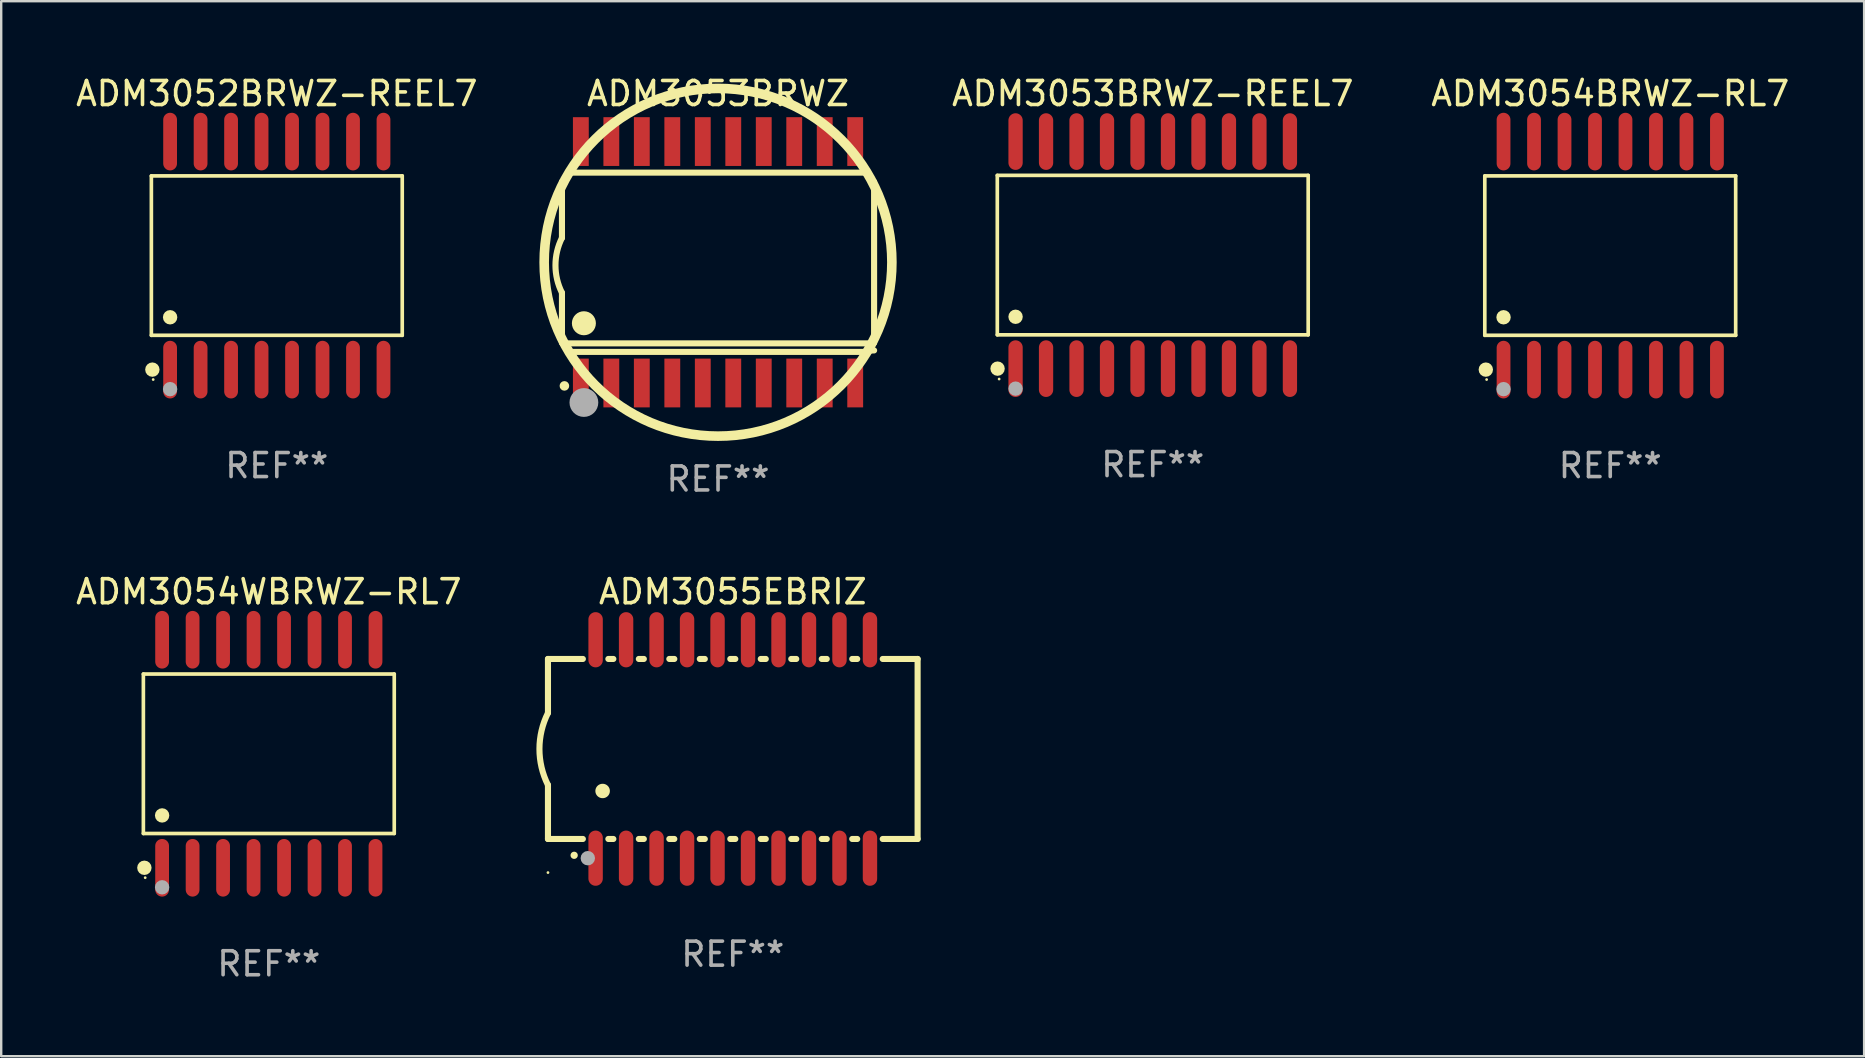
<source format=kicad_pcb>
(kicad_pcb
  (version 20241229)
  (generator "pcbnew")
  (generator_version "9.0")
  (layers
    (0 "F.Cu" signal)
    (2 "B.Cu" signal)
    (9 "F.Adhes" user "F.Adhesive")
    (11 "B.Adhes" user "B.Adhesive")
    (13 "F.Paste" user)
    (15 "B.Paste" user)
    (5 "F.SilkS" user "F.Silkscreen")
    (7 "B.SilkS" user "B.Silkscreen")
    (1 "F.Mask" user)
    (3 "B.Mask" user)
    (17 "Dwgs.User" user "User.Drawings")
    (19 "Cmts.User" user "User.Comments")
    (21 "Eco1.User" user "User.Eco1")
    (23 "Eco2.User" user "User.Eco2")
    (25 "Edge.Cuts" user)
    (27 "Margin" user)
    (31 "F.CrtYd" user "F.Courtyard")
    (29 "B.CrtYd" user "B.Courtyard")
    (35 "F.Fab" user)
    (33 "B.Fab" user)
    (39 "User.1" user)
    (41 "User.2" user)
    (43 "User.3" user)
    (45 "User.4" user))
  (footprint "ADM3053BRWZ"
    (layer "F.Cu")
    (at 26.864 7.877)
    (property "Reference" "ADM3053BRWZ" (at 0 -7.029 0) (layer "F.SilkS") (effects (font (size 1 1) (thickness 0.15))))
    (attr through_hole)
    (fp_line (start -6.502 -3.353) (end -6.502 -1.016) (stroke (width 0.254) (type solid)) (layer "F.SilkS"))
    (fp_line (start -6.502 3.353) (end -6.502 1.27) (stroke (width 0.254) (type solid)) (layer "F.SilkS"))
    (fp_line (start -6.477 3.378) (end 6.477 3.378) (stroke (width 0.254) (type solid)) (layer "F.SilkS"))
    (fp_line (start -6.121 3.734) (end 6.121 3.734) (stroke (width 0.254) (type solid)) (layer "F.SilkS"))
    (fp_line (start 6.121 -3.734) (end -6.121 -3.734) (stroke (width 0.254) (type solid)) (layer "F.SilkS"))
    (fp_line (start 6.502 3.353) (end 6.502 -3.353) (stroke (width 0.254) (type solid)) (layer "F.SilkS"))
    (fp_arc (start -6.502413 1.270003) (mid -6.77224 0.127) (end -6.502413 -1.016002) (stroke (width 0.254001) (type solid)) (layer "F.SilkS"))
    (fp_arc (start -6.502411 3.35281) (mid 6.502389 -3.352788) (end -6.502411 3.35281) (stroke (width 0.254001) (type solid)) (layer "F.SilkS"))
    (fp_arc (start 6.121389 -3.73379) (mid -6.121367 3.733768) (end 6.121389 -3.73379) (stroke (width 0.254001) (type solid)) (layer "F.SilkS"))
    (fp_arc (start 6.121389 3.73381) (mid 6.309409 3.687656) (end 6.502389 3.672138) (stroke (width 0.254001) (type solid)) (layer "F.SilkS"))
    (fp_circle (center -6.4 5.15) (end -6.3 5.15) (stroke (width 0.2) (type solid)) (fill no) (layer "F.SilkS"))
    (fp_circle (center -5.588 2.54) (end -5.338 2.54) (stroke (width 0.5) (type solid)) (fill no) (layer "F.SilkS"))
    (fp_circle (center -5.588 5.842) (end -5.288 5.842) (stroke (width 0.6) (type solid)) (fill no) (layer "F.Fab"))
    (fp_text user "REF**" (at 0 9.029 0) (layer "F.Fab") (effects (font (size 1 1) (thickness 0.15))))
    (pad "1" smd rect (at -5.715 5.029) (size 0.66 2.032) (layers "F.Cu" "F.Mask" "F.Paste"))
    (pad "2" smd rect (at -4.445 5.029) (size 0.66 2.032) (layers "F.Cu" "F.Mask" "F.Paste"))
    (pad "3" smd rect (at -3.175 5.029) (size 0.66 2.032) (layers "F.Cu" "F.Mask" "F.Paste"))
    (pad "4" smd rect (at -1.905 5.029) (size 0.66 2.032) (layers "F.Cu" "F.Mask" "F.Paste"))
    (pad "5" smd rect (at -0.635 5.029) (size 0.66 2.032) (layers "F.Cu" "F.Mask" "F.Paste"))
    (pad "6" smd rect (at 0.635 5.029) (size 0.66 2.032) (layers "F.Cu" "F.Mask" "F.Paste"))
    (pad "7" smd rect (at 1.905 5.029) (size 0.66 2.032) (layers "F.Cu" "F.Mask" "F.Paste"))
    (pad "8" smd rect (at 3.175 5.029) (size 0.66 2.032) (layers "F.Cu" "F.Mask" "F.Paste"))
    (pad "9" smd rect (at 4.445 5.029) (size 0.66 2.032) (layers "F.Cu" "F.Mask" "F.Paste"))
    (pad "10" smd rect (at 5.715 5.029) (size 0.66 2.032) (layers "F.Cu" "F.Mask" "F.Paste"))
    (pad "11" smd rect (at 5.715 -5.029) (size 0.66 2.032) (layers "F.Cu" "F.Mask" "F.Paste"))
    (pad "12" smd rect (at 4.445 -5.029) (size 0.66 2.032) (layers "F.Cu" "F.Mask" "F.Paste"))
    (pad "13" smd rect (at 3.175 -5.029) (size 0.66 2.032) (layers "F.Cu" "F.Mask" "F.Paste"))
    (pad "14" smd rect (at 1.905 -5.029) (size 0.66 2.032) (layers "F.Cu" "F.Mask" "F.Paste"))
    (pad "15" smd rect (at 0.635 -5.029) (size 0.66 2.032) (layers "F.Cu" "F.Mask" "F.Paste"))
    (pad "16" smd rect (at -0.635 -5.029) (size 0.66 2.032) (layers "F.Cu" "F.Mask" "F.Paste"))
    (pad "17" smd rect (at -1.905 -5.029) (size 0.66 2.032) (layers "F.Cu" "F.Mask" "F.Paste"))
    (pad "18" smd rect (at -3.175 -5.029) (size 0.66 2.032) (layers "F.Cu" "F.Mask" "F.Paste"))
    (pad "19" smd rect (at -4.445 -5.029) (size 0.66 2.032) (layers "F.Cu" "F.Mask" "F.Paste"))
    (pad "20" smd rect (at -5.715 -5.029) (size 0.66 2.032) (layers "F.Cu" "F.Mask" "F.Paste")))
  (footprint "ADM3055EBRIZ"
    (layer "F.Cu")
    (at 27.479 28.153)
    (property "Reference" "ADM3055EBRIZ" (at 0 -6.55 0) (layer "F.SilkS") (effects (font (size 1 1) (thickness 0.15))))
    (attr through_hole)
    (fp_line (start -7.7 -3.75) (end -7.7 -1.5) (stroke (width 0.254) (type solid)) (layer "F.SilkS"))
    (fp_line (start -7.7 -3.75) (end -6.246 -3.75) (stroke (width 0.254) (type solid)) (layer "F.SilkS"))
    (fp_line (start -7.7 3.75) (end -7.7 1.5) (stroke (width 0.254) (type solid)) (layer "F.SilkS"))
    (fp_line (start -7.7 3.75) (end -6.246 3.75) (stroke (width 0.254) (type solid)) (layer "F.SilkS"))
    (fp_line (start -5.184 -3.75) (end -4.976 -3.75) (stroke (width 0.254) (type solid)) (layer "F.SilkS"))
    (fp_line (start -5.184 3.75) (end -4.976 3.75) (stroke (width 0.254) (type solid)) (layer "F.SilkS"))
    (fp_line (start -3.914 -3.75) (end -3.706 -3.75) (stroke (width 0.254) (type solid)) (layer "F.SilkS"))
    (fp_line (start -3.914 3.75) (end -3.706 3.75) (stroke (width 0.254) (type solid)) (layer "F.SilkS"))
    (fp_line (start -2.644 -3.75) (end -2.436 -3.75) (stroke (width 0.254) (type solid)) (layer "F.SilkS"))
    (fp_line (start -2.644 3.75) (end -2.436 3.75) (stroke (width 0.254) (type solid)) (layer "F.SilkS"))
    (fp_line (start -1.374 -3.75) (end -1.166 -3.75) (stroke (width 0.254) (type solid)) (layer "F.SilkS"))
    (fp_line (start -1.374 3.75) (end -1.166 3.75) (stroke (width 0.254) (type solid)) (layer "F.SilkS"))
    (fp_line (start -0.104 -3.75) (end 0.104 -3.75) (stroke (width 0.254) (type solid)) (layer "F.SilkS"))
    (fp_line (start -0.104 3.75) (end 0.104 3.75) (stroke (width 0.254) (type solid)) (layer "F.SilkS"))
    (fp_line (start 1.166 -3.75) (end 1.374 -3.75) (stroke (width 0.254) (type solid)) (layer "F.SilkS"))
    (fp_line (start 1.166 3.75) (end 1.374 3.75) (stroke (width 0.254) (type solid)) (layer "F.SilkS"))
    (fp_line (start 2.436 -3.75) (end 2.644 -3.75) (stroke (width 0.254) (type solid)) (layer "F.SilkS"))
    (fp_line (start 2.436 3.75) (end 2.644 3.75) (stroke (width 0.254) (type solid)) (layer "F.SilkS"))
    (fp_line (start 3.706 -3.75) (end 3.914 -3.75) (stroke (width 0.254) (type solid)) (layer "F.SilkS"))
    (fp_line (start 3.706 3.75) (end 3.914 3.75) (stroke (width 0.254) (type solid)) (layer "F.SilkS"))
    (fp_line (start 4.976 -3.75) (end 5.184 -3.75) (stroke (width 0.254) (type solid)) (layer "F.SilkS"))
    (fp_line (start 4.976 3.75) (end 5.184 3.75) (stroke (width 0.254) (type solid)) (layer "F.SilkS"))
    (fp_line (start 6.246 -3.75) (end 7.7 -3.75) (stroke (width 0.254) (type solid)) (layer "F.SilkS"))
    (fp_line (start 6.246 3.75) (end 7.7 3.75) (stroke (width 0.254) (type solid)) (layer "F.SilkS"))
    (fp_line (start 7.7 -3.75) (end 7.7 3.75) (stroke (width 0.254) (type solid)) (layer "F.SilkS"))
    (fp_arc (start -7.700939 1.500889) (mid -8.05482 0.000388) (end -7.700025 -1.499898) (stroke (width 0.254001) (type solid)) (layer "F.SilkS"))
    (fp_arc (start -6.610008 4.430099) (mid -6.608738 4.430094) (end -6.607468 4.430099) (stroke (width 0.3) (type solid)) (layer "F.SilkS"))
    (fp_arc (start -5.425451 1.750165) (mid -5.422911 1.750154) (end -5.420371 1.750165) (stroke (width 0.6) (type solid)) (layer "F.SilkS"))
    (fp_circle (center -7.7 5.15) (end -7.67 5.15) (stroke (width 0.06) (type solid)) (fill no) (layer "F.SilkS"))
    (fp_circle (center -6.04 4.55) (end -5.89 4.55) (stroke (width 0.3) (type solid)) (fill no) (layer "F.Fab"))
    (fp_text user "REF**" (at 0 8.55 0) (layer "F.Fab") (effects (font (size 1 1) (thickness 0.15))))
    (pad "1" smd oval (at -5.715 4.55 180) (size 0.6 2.3) (layers "F.Cu" "F.Mask" "F.Paste"))
    (pad "2" smd oval (at -4.445 4.55 180) (size 0.6 2.3) (layers "F.Cu" "F.Mask" "F.Paste"))
    (pad "3" smd oval (at -3.175 4.55 180) (size 0.6 2.3) (layers "F.Cu" "F.Mask" "F.Paste"))
    (pad "4" smd oval (at -1.905 4.55 180) (size 0.6 2.3) (layers "F.Cu" "F.Mask" "F.Paste"))
    (pad "5" smd oval (at -0.635 4.55 180) (size 0.6 2.3) (layers "F.Cu" "F.Mask" "F.Paste"))
    (pad "6" smd oval (at 0.635 4.55 180) (size 0.6 2.3) (layers "F.Cu" "F.Mask" "F.Paste"))
    (pad "7" smd oval (at 1.905 4.55 180) (size 0.6 2.3) (layers "F.Cu" "F.Mask" "F.Paste"))
    (pad "8" smd oval (at 3.175 4.55 180) (size 0.6 2.3) (layers "F.Cu" "F.Mask" "F.Paste"))
    (pad "9" smd oval (at 4.445 4.55 180) (size 0.6 2.3) (layers "F.Cu" "F.Mask" "F.Paste"))
    (pad "10" smd oval (at 5.715 4.55 180) (size 0.6 2.3) (layers "F.Cu" "F.Mask" "F.Paste"))
    (pad "11" smd oval (at 5.715 -4.55 180) (size 0.6 2.3) (layers "F.Cu" "F.Mask" "F.Paste"))
    (pad "12" smd oval (at 4.445 -4.55 180) (size 0.6 2.3) (layers "F.Cu" "F.Mask" "F.Paste"))
    (pad "13" smd oval (at 3.175 -4.55 180) (size 0.6 2.3) (layers "F.Cu" "F.Mask" "F.Paste"))
    (pad "14" smd oval (at 1.905 -4.55 180) (size 0.6 2.3) (layers "F.Cu" "F.Mask" "F.Paste"))
    (pad "15" smd oval (at 0.635 -4.55 180) (size 0.6 2.3) (layers "F.Cu" "F.Mask" "F.Paste"))
    (pad "16" smd oval (at -0.635 -4.55 180) (size 0.6 2.3) (layers "F.Cu" "F.Mask" "F.Paste"))
    (pad "17" smd oval (at -1.905 -4.55 180) (size 0.6 2.3) (layers "F.Cu" "F.Mask" "F.Paste"))
    (pad "18" smd oval (at -3.175 -4.55 180) (size 0.6 2.3) (layers "F.Cu" "F.Mask" "F.Paste"))
    (pad "19" smd oval (at -4.445 -4.55 180) (size 0.6 2.3) (layers "F.Cu" "F.Mask" "F.Paste"))
    (pad "20" smd oval (at -5.715 -4.55 180) (size 0.6 2.3) (layers "F.Cu" "F.Mask" "F.Paste")))
  (footprint "ADM3054BRWZ-RL7"
    (layer "F.Cu")
    (at 64.035 7.599)
    (property "Reference" "ADM3054BRWZ-RL7" (at 0 -6.75 0) (layer "F.SilkS") (effects (font (size 1 1) (thickness 0.15))))
    (attr through_hole)
    (fp_line (start -5.226 -3.321) (end 5.226 -3.321) (stroke (width 0.152) (type solid)) (layer "F.SilkS"))
    (fp_line (start -5.226 3.321) (end -5.226 -3.321) (stroke (width 0.152) (type solid)) (layer "F.SilkS"))
    (fp_line (start 5.226 -3.321) (end 5.226 3.321) (stroke (width 0.152) (type solid)) (layer "F.SilkS"))
    (fp_line (start 5.226 3.321) (end -5.226 3.321) (stroke (width 0.152) (type solid)) (layer "F.SilkS"))
    (fp_circle (center -5.184 4.75) (end -5.034 4.75) (stroke (width 0.3) (type solid)) (fill no) (layer "F.SilkS"))
    (fp_circle (center -5.15 5.163) (end -5.12 5.163) (stroke (width 0.06) (type solid)) (fill no) (layer "F.SilkS"))
    (fp_circle (center -4.445 2.569) (end -4.295 2.569) (stroke (width 0.3) (type solid)) (fill no) (layer "F.SilkS"))
    (fp_circle (center -4.445 5.563) (end -4.295 5.563) (stroke (width 0.3) (type solid)) (fill no) (layer "F.Fab"))
    (fp_text user "REF**" (at 0 8.75 0) (layer "F.Fab") (effects (font (size 1 1) (thickness 0.15))))
    (pad "1" smd oval (at -4.445 4.75) (size 0.574 2.401) (layers "F.Cu" "F.Mask" "F.Paste"))
    (pad "2" smd oval (at -3.175 4.75) (size 0.574 2.401) (layers "F.Cu" "F.Mask" "F.Paste"))
    (pad "3" smd oval (at -1.905 4.75) (size 0.574 2.401) (layers "F.Cu" "F.Mask" "F.Paste"))
    (pad "4" smd oval (at -0.635 4.75) (size 0.574 2.401) (layers "F.Cu" "F.Mask" "F.Paste"))
    (pad "5" smd oval (at 0.635 4.75) (size 0.574 2.401) (layers "F.Cu" "F.Mask" "F.Paste"))
    (pad "6" smd oval (at 1.905 4.75) (size 0.574 2.401) (layers "F.Cu" "F.Mask" "F.Paste"))
    (pad "7" smd oval (at 3.175 4.75) (size 0.574 2.401) (layers "F.Cu" "F.Mask" "F.Paste"))
    (pad "8" smd oval (at 4.445 4.75) (size 0.574 2.401) (layers "F.Cu" "F.Mask" "F.Paste"))
    (pad "9" smd oval (at 4.445 -4.75) (size 0.574 2.401) (layers "F.Cu" "F.Mask" "F.Paste"))
    (pad "10" smd oval (at 3.175 -4.75) (size 0.574 2.401) (layers "F.Cu" "F.Mask" "F.Paste"))
    (pad "11" smd oval (at 1.905 -4.75) (size 0.574 2.401) (layers "F.Cu" "F.Mask" "F.Paste"))
    (pad "12" smd oval (at 0.635 -4.75) (size 0.574 2.401) (layers "F.Cu" "F.Mask" "F.Paste"))
    (pad "13" smd oval (at -0.635 -4.75) (size 0.574 2.401) (layers "F.Cu" "F.Mask" "F.Paste"))
    (pad "14" smd oval (at -1.905 -4.75) (size 0.574 2.401) (layers "F.Cu" "F.Mask" "F.Paste"))
    (pad "15" smd oval (at -3.175 -4.75) (size 0.574 2.401) (layers "F.Cu" "F.Mask" "F.Paste"))
    (pad "16" smd oval (at -4.445 -4.75) (size 0.574 2.401) (layers "F.Cu" "F.Mask" "F.Paste")))
  (footprint "ADM3053BRWZ-REEL7"
    (layer "F.Cu")
    (at 44.975 7.578)
    (property "Reference" "ADM3053BRWZ-REEL7" (at 0 -6.73 0) (layer "F.SilkS") (effects (font (size 1 1) (thickness 0.15))))
    (attr through_hole)
    (fp_line (start -6.476 -3.321) (end 6.476 -3.321) (stroke (width 0.152) (type solid)) (layer "F.SilkS"))
    (fp_line (start -6.476 3.321) (end -6.476 -3.321) (stroke (width 0.152) (type solid)) (layer "F.SilkS"))
    (fp_line (start 6.476 -3.321) (end 6.476 3.321) (stroke (width 0.152) (type solid)) (layer "F.SilkS"))
    (fp_line (start 6.476 3.321) (end -6.476 3.321) (stroke (width 0.152) (type solid)) (layer "F.SilkS"))
    (fp_circle (center -6.465 4.73) (end -6.315 4.73) (stroke (width 0.3) (type solid)) (fill no) (layer "F.SilkS"))
    (fp_circle (center -6.4 5.163) (end -6.37 5.163) (stroke (width 0.06) (type solid)) (fill no) (layer "F.SilkS"))
    (fp_circle (center -5.715 2.569) (end -5.565 2.569) (stroke (width 0.3) (type solid)) (fill no) (layer "F.SilkS"))
    (fp_circle (center -5.715 5.563) (end -5.565 5.563) (stroke (width 0.3) (type solid)) (fill no) (layer "F.Fab"))
    (fp_text user "REF**" (at 0 8.73 0) (layer "F.Fab") (effects (font (size 1 1) (thickness 0.15))))
    (pad "1" smd oval (at -5.715 4.73) (size 0.595 2.36) (layers "F.Cu" "F.Mask" "F.Paste"))
    (pad "2" smd oval (at -4.445 4.73) (size 0.595 2.36) (layers "F.Cu" "F.Mask" "F.Paste"))
    (pad "3" smd oval (at -3.175 4.73) (size 0.595 2.36) (layers "F.Cu" "F.Mask" "F.Paste"))
    (pad "4" smd oval (at -1.905 4.73) (size 0.595 2.36) (layers "F.Cu" "F.Mask" "F.Paste"))
    (pad "5" smd oval (at -0.635 4.73) (size 0.595 2.36) (layers "F.Cu" "F.Mask" "F.Paste"))
    (pad "6" smd oval (at 0.635 4.73) (size 0.595 2.36) (layers "F.Cu" "F.Mask" "F.Paste"))
    (pad "7" smd oval (at 1.905 4.73) (size 0.595 2.36) (layers "F.Cu" "F.Mask" "F.Paste"))
    (pad "8" smd oval (at 3.175 4.73) (size 0.595 2.36) (layers "F.Cu" "F.Mask" "F.Paste"))
    (pad "9" smd oval (at 4.445 4.73) (size 0.595 2.36) (layers "F.Cu" "F.Mask" "F.Paste"))
    (pad "10" smd oval (at 5.715 4.73) (size 0.595 2.36) (layers "F.Cu" "F.Mask" "F.Paste"))
    (pad "11" smd oval (at 5.715 -4.73) (size 0.595 2.36) (layers "F.Cu" "F.Mask" "F.Paste"))
    (pad "12" smd oval (at 4.445 -4.73) (size 0.595 2.36) (layers "F.Cu" "F.Mask" "F.Paste"))
    (pad "13" smd oval (at 3.175 -4.73) (size 0.595 2.36) (layers "F.Cu" "F.Mask" "F.Paste"))
    (pad "14" smd oval (at 1.905 -4.73) (size 0.595 2.36) (layers "F.Cu" "F.Mask" "F.Paste"))
    (pad "15" smd oval (at 0.635 -4.73) (size 0.595 2.36) (layers "F.Cu" "F.Mask" "F.Paste"))
    (pad "16" smd oval (at -0.635 -4.73) (size 0.595 2.36) (layers "F.Cu" "F.Mask" "F.Paste"))
    (pad "17" smd oval (at -1.905 -4.73) (size 0.595 2.36) (layers "F.Cu" "F.Mask" "F.Paste"))
    (pad "18" smd oval (at -3.175 -4.73) (size 0.595 2.36) (layers "F.Cu" "F.Mask" "F.Paste"))
    (pad "19" smd oval (at -4.445 -4.73) (size 0.595 2.36) (layers "F.Cu" "F.Mask" "F.Paste"))
    (pad "20" smd oval (at -5.715 -4.73) (size 0.595 2.36) (layers "F.Cu" "F.Mask" "F.Paste")))
  (footprint "ADM3054WBRWZ-RL7"
    (layer "F.Cu")
    (at 8.149 28.353)
    (property "Reference" "ADM3054WBRWZ-RL7" (at 0 -6.75 0) (layer "F.SilkS") (effects (font (size 1 1) (thickness 0.15))))
    (attr through_hole)
    (fp_line (start -5.226 -3.321) (end 5.226 -3.321) (stroke (width 0.152) (type solid)) (layer "F.SilkS"))
    (fp_line (start -5.226 3.321) (end -5.226 -3.321) (stroke (width 0.152) (type solid)) (layer "F.SilkS"))
    (fp_line (start 5.226 -3.321) (end 5.226 3.321) (stroke (width 0.152) (type solid)) (layer "F.SilkS"))
    (fp_line (start 5.226 3.321) (end -5.226 3.321) (stroke (width 0.152) (type solid)) (layer "F.SilkS"))
    (fp_circle (center -5.184 4.75) (end -5.034 4.75) (stroke (width 0.3) (type solid)) (fill no) (layer "F.SilkS"))
    (fp_circle (center -5.15 5.163) (end -5.12 5.163) (stroke (width 0.06) (type solid)) (fill no) (layer "F.SilkS"))
    (fp_circle (center -4.445 2.569) (end -4.295 2.569) (stroke (width 0.3) (type solid)) (fill no) (layer "F.SilkS"))
    (fp_circle (center -4.445 5.563) (end -4.295 5.563) (stroke (width 0.3) (type solid)) (fill no) (layer "F.Fab"))
    (fp_text user "REF**" (at 0 8.75 0) (layer "F.Fab") (effects (font (size 1 1) (thickness 0.15))))
    (pad "1" smd oval (at -4.445 4.75) (size 0.574 2.401) (layers "F.Cu" "F.Mask" "F.Paste"))
    (pad "2" smd oval (at -3.175 4.75) (size 0.574 2.401) (layers "F.Cu" "F.Mask" "F.Paste"))
    (pad "3" smd oval (at -1.905 4.75) (size 0.574 2.401) (layers "F.Cu" "F.Mask" "F.Paste"))
    (pad "4" smd oval (at -0.635 4.75) (size 0.574 2.401) (layers "F.Cu" "F.Mask" "F.Paste"))
    (pad "5" smd oval (at 0.635 4.75) (size 0.574 2.401) (layers "F.Cu" "F.Mask" "F.Paste"))
    (pad "6" smd oval (at 1.905 4.75) (size 0.574 2.401) (layers "F.Cu" "F.Mask" "F.Paste"))
    (pad "7" smd oval (at 3.175 4.75) (size 0.574 2.401) (layers "F.Cu" "F.Mask" "F.Paste"))
    (pad "8" smd oval (at 4.445 4.75) (size 0.574 2.401) (layers "F.Cu" "F.Mask" "F.Paste"))
    (pad "9" smd oval (at 4.445 -4.75) (size 0.574 2.401) (layers "F.Cu" "F.Mask" "F.Paste"))
    (pad "10" smd oval (at 3.175 -4.75) (size 0.574 2.401) (layers "F.Cu" "F.Mask" "F.Paste"))
    (pad "11" smd oval (at 1.905 -4.75) (size 0.574 2.401) (layers "F.Cu" "F.Mask" "F.Paste"))
    (pad "12" smd oval (at 0.635 -4.75) (size 0.574 2.401) (layers "F.Cu" "F.Mask" "F.Paste"))
    (pad "13" smd oval (at -0.635 -4.75) (size 0.574 2.401) (layers "F.Cu" "F.Mask" "F.Paste"))
    (pad "14" smd oval (at -1.905 -4.75) (size 0.574 2.401) (layers "F.Cu" "F.Mask" "F.Paste"))
    (pad "15" smd oval (at -3.175 -4.75) (size 0.574 2.401) (layers "F.Cu" "F.Mask" "F.Paste"))
    (pad "16" smd oval (at -4.445 -4.75) (size 0.574 2.401) (layers "F.Cu" "F.Mask" "F.Paste")))
  (footprint "ADM3052BRWZ-REEL7"
    (layer "F.Cu")
    (at 8.482 7.599)
    (property "Reference" "ADM3052BRWZ-REEL7" (at 0 -6.75 0) (layer "F.SilkS") (effects (font (size 1 1) (thickness 0.15))))
    (attr through_hole)
    (fp_line (start -5.226 -3.321) (end 5.226 -3.321) (stroke (width 0.152) (type solid)) (layer "F.SilkS"))
    (fp_line (start -5.226 3.321) (end -5.226 -3.321) (stroke (width 0.152) (type solid)) (layer "F.SilkS"))
    (fp_line (start 5.226 -3.321) (end 5.226 3.321) (stroke (width 0.152) (type solid)) (layer "F.SilkS"))
    (fp_line (start 5.226 3.321) (end -5.226 3.321) (stroke (width 0.152) (type solid)) (layer "F.SilkS"))
    (fp_circle (center -5.184 4.75) (end -5.034 4.75) (stroke (width 0.3) (type solid)) (fill no) (layer "F.SilkS"))
    (fp_circle (center -5.15 5.163) (end -5.12 5.163) (stroke (width 0.06) (type solid)) (fill no) (layer "F.SilkS"))
    (fp_circle (center -4.445 2.569) (end -4.295 2.569) (stroke (width 0.3) (type solid)) (fill no) (layer "F.SilkS"))
    (fp_circle (center -4.445 5.563) (end -4.295 5.563) (stroke (width 0.3) (type solid)) (fill no) (layer "F.Fab"))
    (fp_text user "REF**" (at 0 8.75 0) (layer "F.Fab") (effects (font (size 1 1) (thickness 0.15))))
    (pad "1" smd oval (at -4.445 4.75) (size 0.574 2.401) (layers "F.Cu" "F.Mask" "F.Paste"))
    (pad "2" smd oval (at -3.175 4.75) (size 0.574 2.401) (layers "F.Cu" "F.Mask" "F.Paste"))
    (pad "3" smd oval (at -1.905 4.75) (size 0.574 2.401) (layers "F.Cu" "F.Mask" "F.Paste"))
    (pad "4" smd oval (at -0.635 4.75) (size 0.574 2.401) (layers "F.Cu" "F.Mask" "F.Paste"))
    (pad "5" smd oval (at 0.635 4.75) (size 0.574 2.401) (layers "F.Cu" "F.Mask" "F.Paste"))
    (pad "6" smd oval (at 1.905 4.75) (size 0.574 2.401) (layers "F.Cu" "F.Mask" "F.Paste"))
    (pad "7" smd oval (at 3.175 4.75) (size 0.574 2.401) (layers "F.Cu" "F.Mask" "F.Paste"))
    (pad "8" smd oval (at 4.445 4.75) (size 0.574 2.401) (layers "F.Cu" "F.Mask" "F.Paste"))
    (pad "9" smd oval (at 4.445 -4.75) (size 0.574 2.401) (layers "F.Cu" "F.Mask" "F.Paste"))
    (pad "10" smd oval (at 3.175 -4.75) (size 0.574 2.401) (layers "F.Cu" "F.Mask" "F.Paste"))
    (pad "11" smd oval (at 1.905 -4.75) (size 0.574 2.401) (layers "F.Cu" "F.Mask" "F.Paste"))
    (pad "12" smd oval (at 0.635 -4.75) (size 0.574 2.401) (layers "F.Cu" "F.Mask" "F.Paste"))
    (pad "13" smd oval (at -0.635 -4.75) (size 0.574 2.401) (layers "F.Cu" "F.Mask" "F.Paste"))
    (pad "14" smd oval (at -1.905 -4.75) (size 0.574 2.401) (layers "F.Cu" "F.Mask" "F.Paste"))
    (pad "15" smd oval (at -3.175 -4.75) (size 0.574 2.401) (layers "F.Cu" "F.Mask" "F.Paste"))
    (pad "16" smd oval (at -4.445 -4.75) (size 0.574 2.401) (layers "F.Cu" "F.Mask" "F.Paste")))
  (gr_rect
    (start -3 -3)
    (end 74.612 40.952)
    (stroke (width 0.1) (type default))
    (fill no)
    (layer "Edge.Cuts")))
</source>
